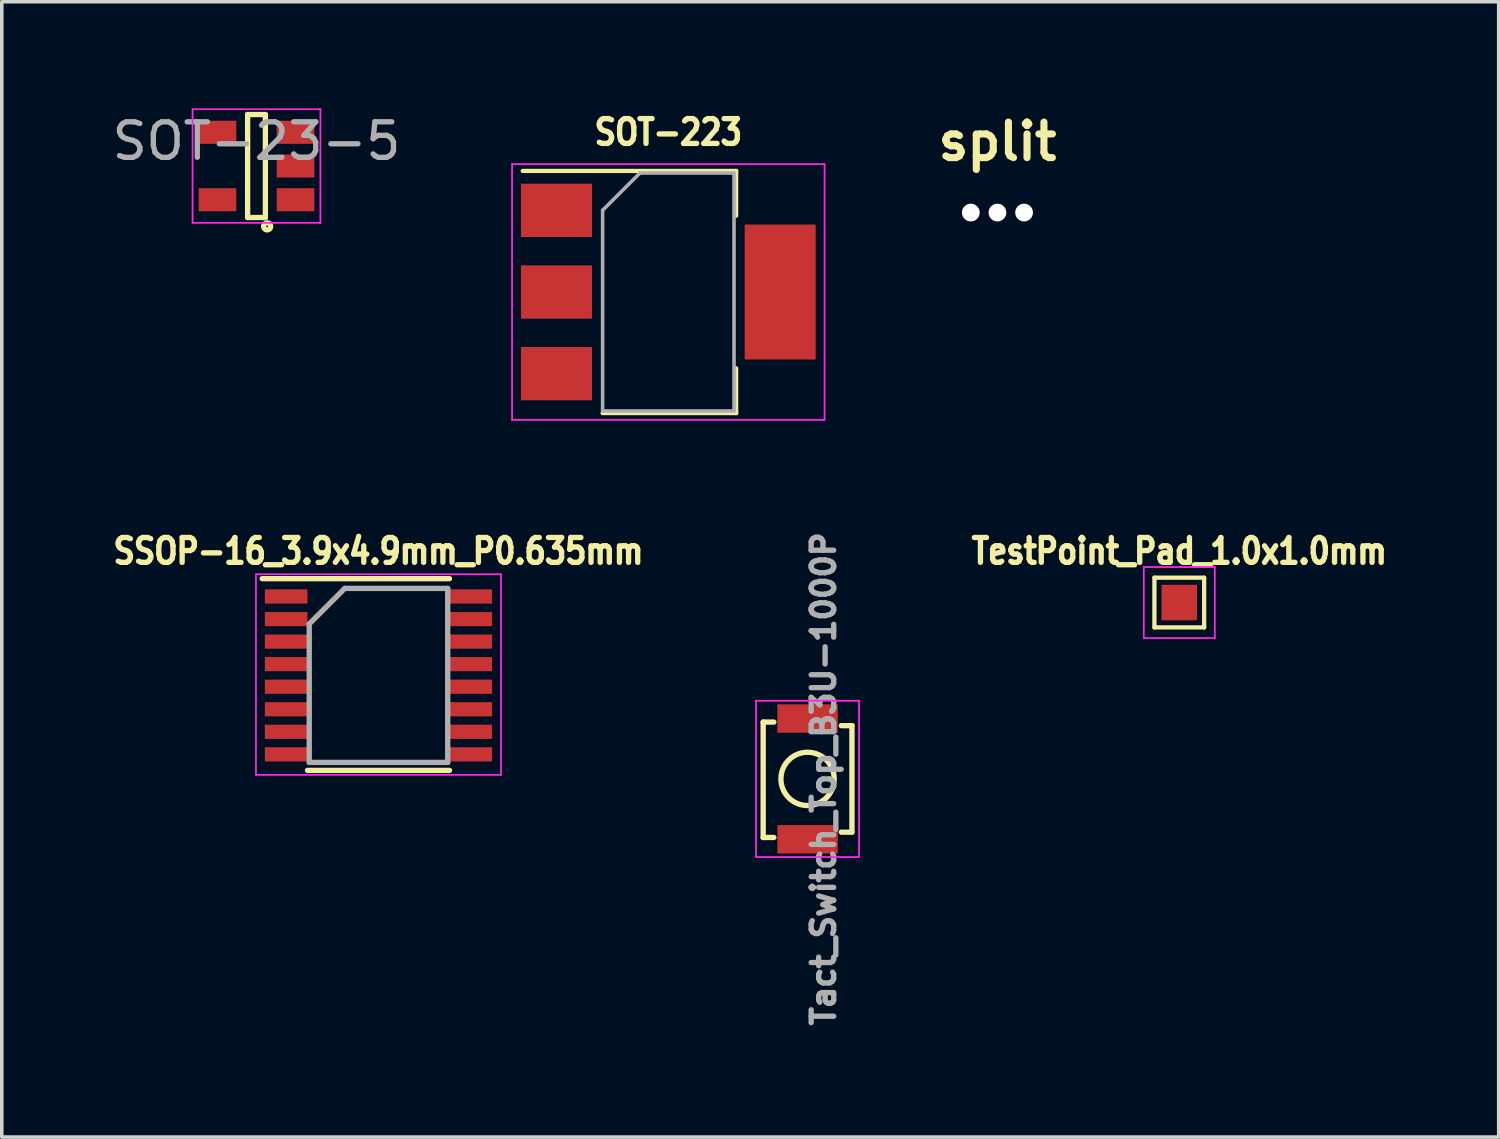
<source format=kicad_pcb>
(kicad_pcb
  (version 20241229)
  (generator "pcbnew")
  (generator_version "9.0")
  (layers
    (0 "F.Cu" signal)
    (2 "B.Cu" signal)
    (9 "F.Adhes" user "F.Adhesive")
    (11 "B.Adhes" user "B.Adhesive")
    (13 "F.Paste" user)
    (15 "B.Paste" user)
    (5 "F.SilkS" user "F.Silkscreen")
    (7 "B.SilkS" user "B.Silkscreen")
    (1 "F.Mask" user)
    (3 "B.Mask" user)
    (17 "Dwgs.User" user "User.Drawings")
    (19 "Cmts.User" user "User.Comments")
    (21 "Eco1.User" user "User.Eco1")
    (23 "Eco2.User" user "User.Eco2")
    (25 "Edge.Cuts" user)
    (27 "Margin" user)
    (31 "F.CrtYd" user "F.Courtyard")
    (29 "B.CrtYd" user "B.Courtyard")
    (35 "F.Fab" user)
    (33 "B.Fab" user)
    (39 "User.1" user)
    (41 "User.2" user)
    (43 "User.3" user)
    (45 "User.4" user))
  (footprint "split"
    (layer "F.Cu")
    (at 25.038 2.936)
    (property "Reference" "split" (at 0 -2 0) (layer "F.SilkS") (effects (font (size 1 1) (thickness 0.2))))
    (attr through_hole)
    (pad "" np_thru_hole circle (at -0.75 0) (size 0.5 0.5) (drill 0.5) (layers "*.Cu" "*.Mask"))
    (pad "" np_thru_hole circle (at 0 0) (size 0.5 0.5) (drill 0.5) (layers "*.Cu" "*.Mask"))
    (pad "" np_thru_hole circle (at 0.75 0) (size 0.5 0.5) (drill 0.5) (layers "*.Cu" "*.Mask")))
  (footprint "SSOP-16_3.9x4.9mm_P0.635mm"
    (layer "F.Cu")
    (at 7.608 15.97)
    (property "Reference" "SSOP-16_3.9x4.9mm_P0.635mm" (at 0 -3.5 0) (layer "F.SilkS") (effects (font (size 0.7 0.6) (thickness 0.15))))
    (attr smd)
    (fp_line (start -3.275 -2.725) (end 2 -2.725) (stroke (width 0.15) (type solid)) (layer "F.SilkS"))
    (fp_line (start -2 2.675) (end 2 2.675) (stroke (width 0.15) (type solid)) (layer "F.SilkS"))
    (fp_line (start -3.45 -2.85) (end -3.45 2.8) (stroke (width 0.05) (type solid)) (layer "F.CrtYd"))
    (fp_line (start -3.45 -2.85) (end 3.45 -2.85) (stroke (width 0.05) (type solid)) (layer "F.CrtYd"))
    (fp_line (start -3.45 2.8) (end 3.45 2.8) (stroke (width 0.05) (type solid)) (layer "F.CrtYd"))
    (fp_line (start 3.45 -2.85) (end 3.45 2.8) (stroke (width 0.05) (type solid)) (layer "F.CrtYd"))
    (fp_line (start -1.95 -1.45) (end -0.95 -2.45) (stroke (width 0.15) (type solid)) (layer "F.Fab"))
    (fp_line (start -1.95 2.45) (end -1.95 -1.45) (stroke (width 0.15) (type solid)) (layer "F.Fab"))
    (fp_line (start -0.95 -2.45) (end 1.95 -2.45) (stroke (width 0.15) (type solid)) (layer "F.Fab"))
    (fp_line (start 1.95 -2.45) (end 1.95 2.45) (stroke (width 0.15) (type solid)) (layer "F.Fab"))
    (fp_line (start 1.95 2.45) (end -1.95 2.45) (stroke (width 0.15) (type solid)) (layer "F.Fab"))
    (pad "1" smd rect (at -2.6 -2.223) (size 1.2 0.4) (layers "F.Cu" "F.Mask" "F.Paste"))
    (pad "2" smd rect (at -2.6 -1.587) (size 1.2 0.4) (layers "F.Cu" "F.Mask" "F.Paste"))
    (pad "3" smd rect (at -2.6 -0.953) (size 1.2 0.4) (layers "F.Cu" "F.Mask" "F.Paste"))
    (pad "4" smd rect (at -2.6 -0.318) (size 1.2 0.4) (layers "F.Cu" "F.Mask" "F.Paste"))
    (pad "5" smd rect (at -2.6 0.318) (size 1.2 0.4) (layers "F.Cu" "F.Mask" "F.Paste"))
    (pad "6" smd rect (at -2.6 0.953) (size 1.2 0.4) (layers "F.Cu" "F.Mask" "F.Paste"))
    (pad "7" smd rect (at -2.6 1.587) (size 1.2 0.4) (layers "F.Cu" "F.Mask" "F.Paste"))
    (pad "8" smd rect (at -2.6 2.223) (size 1.2 0.4) (layers "F.Cu" "F.Mask" "F.Paste"))
    (pad "9" smd rect (at 2.6 2.223) (size 1.2 0.4) (layers "F.Cu" "F.Mask" "F.Paste"))
    (pad "10" smd rect (at 2.6 1.587) (size 1.2 0.4) (layers "F.Cu" "F.Mask" "F.Paste"))
    (pad "11" smd rect (at 2.6 0.953) (size 1.2 0.4) (layers "F.Cu" "F.Mask" "F.Paste"))
    (pad "12" smd rect (at 2.6 0.318) (size 1.2 0.4) (layers "F.Cu" "F.Mask" "F.Paste"))
    (pad "13" smd rect (at 2.6 -0.318) (size 1.2 0.4) (layers "F.Cu" "F.Mask" "F.Paste"))
    (pad "14" smd rect (at 2.6 -0.953) (size 1.2 0.4) (layers "F.Cu" "F.Mask" "F.Paste"))
    (pad "15" smd rect (at 2.6 -1.587) (size 1.2 0.4) (layers "F.Cu" "F.Mask" "F.Paste"))
    (pad "16" smd rect (at 2.6 -2.223) (size 1.2 0.4) (layers "F.Cu" "F.Mask" "F.Paste")))
  (footprint "TestPoint_Pad_1.0x1.0mm"
    (layer "F.Cu")
    (at 30.159 13.918)
    (property "Reference" "TestPoint_Pad_1.0x1.0mm" (at 0 -1.448 0) (layer "F.SilkS") (effects (font (size 0.7 0.6) (thickness 0.15))))
    (attr exclude_from_pos_files exclude_from_bom)
    (fp_line (start -0.7 -0.7) (end 0.7 -0.7) (stroke (width 0.12) (type solid)) (layer "F.SilkS"))
    (fp_line (start -0.7 0.7) (end -0.7 -0.7) (stroke (width 0.12) (type solid)) (layer "F.SilkS"))
    (fp_line (start 0.7 -0.7) (end 0.7 0.7) (stroke (width 0.12) (type solid)) (layer "F.SilkS"))
    (fp_line (start 0.7 0.7) (end -0.7 0.7) (stroke (width 0.12) (type solid)) (layer "F.SilkS"))
    (fp_line (start -1 -1) (end -1 1) (stroke (width 0.05) (type solid)) (layer "F.CrtYd"))
    (fp_line (start -1 -1) (end 1 -1) (stroke (width 0.05) (type solid)) (layer "F.CrtYd"))
    (fp_line (start 1 1) (end -1 1) (stroke (width 0.05) (type solid)) (layer "F.CrtYd"))
    (fp_line (start 1 1) (end 1 -1) (stroke (width 0.05) (type solid)) (layer "F.CrtYd"))
    (pad "1" smd rect (at 0 0) (size 1 1) (layers "F.Cu" "F.Mask")))
  (footprint "SOT-223"
    (layer "F.Cu")
    (at 15.77 5.173)
    (property "Reference" "SOT-223" (at 0 -4.5 0) (layer "F.SilkS") (effects (font (size 0.7 0.6) (thickness 0.15))))
    (attr smd)
    (fp_line (start -4.1 -3.41) (end 1.91 -3.41) (stroke (width 0.12) (type solid)) (layer "F.SilkS"))
    (fp_line (start -1.85 3.41) (end 1.91 3.41) (stroke (width 0.12) (type solid)) (layer "F.SilkS"))
    (fp_line (start 1.91 -3.41) (end 1.91 -2.15) (stroke (width 0.12) (type solid)) (layer "F.SilkS"))
    (fp_line (start 1.91 3.41) (end 1.91 2.15) (stroke (width 0.12) (type solid)) (layer "F.SilkS"))
    (fp_line (start -4.4 -3.6) (end -4.4 3.6) (stroke (width 0.05) (type solid)) (layer "F.CrtYd"))
    (fp_line (start -4.4 3.6) (end 4.4 3.6) (stroke (width 0.05) (type solid)) (layer "F.CrtYd"))
    (fp_line (start 4.4 -3.6) (end -4.4 -3.6) (stroke (width 0.05) (type solid)) (layer "F.CrtYd"))
    (fp_line (start 4.4 3.6) (end 4.4 -3.6) (stroke (width 0.05) (type solid)) (layer "F.CrtYd"))
    (fp_line (start -1.85 -2.3) (end -1.85 3.35) (stroke (width 0.1) (type solid)) (layer "F.Fab"))
    (fp_line (start -1.85 -2.3) (end -0.8 -3.35) (stroke (width 0.1) (type solid)) (layer "F.Fab"))
    (fp_line (start -1.85 3.35) (end 1.85 3.35) (stroke (width 0.1) (type solid)) (layer "F.Fab"))
    (fp_line (start -0.8 -3.35) (end 1.85 -3.35) (stroke (width 0.1) (type solid)) (layer "F.Fab"))
    (fp_line (start 1.85 -3.35) (end 1.85 3.35) (stroke (width 0.1) (type solid)) (layer "F.Fab"))
    (pad "1" smd rect (at -3.15 -2.3) (size 2 1.5) (layers "F.Cu" "F.Mask" "F.Paste"))
    (pad "2" smd rect (at -3.15 0) (size 2 1.5) (layers "F.Cu" "F.Mask" "F.Paste"))
    (pad "3" smd rect (at -3.15 2.3) (size 2 1.5) (layers "F.Cu" "F.Mask" "F.Paste"))
    (pad "4" smd rect (at 3.15 0) (size 2 3.8) (layers "F.Cu" "F.Mask" "F.Paste")))
  (footprint "SOT-23-5"
    (layer "F.Cu")
    (at 4.173 1.625)
    (property "Reference" "SOT-23-5" (at 0 -0.7 0) (layer "F.Fab") (effects (font (size 1 1) (thickness 0.15))))
    (attr smd)
    (fp_line (start -0.25 -1.45) (end -0.25 1.45) (stroke (width 0.15) (type solid)) (layer "F.SilkS"))
    (fp_line (start -0.25 1.45) (end 0.25 1.45) (stroke (width 0.15) (type solid)) (layer "F.SilkS"))
    (fp_line (start 0.25 -1.45) (end -0.25 -1.45) (stroke (width 0.15) (type solid)) (layer "F.SilkS"))
    (fp_line (start 0.25 1.45) (end 0.25 -1.45) (stroke (width 0.15) (type solid)) (layer "F.SilkS"))
    (fp_circle (center 0.3 1.7) (end 0.2 1.7) (stroke (width 0.15) (type solid)) (fill no) (layer "F.SilkS"))
    (fp_line (start -1.8 -1.6) (end 1.8 -1.6) (stroke (width 0.05) (type solid)) (layer "F.CrtYd"))
    (fp_line (start -1.8 1.6) (end -1.8 -1.6) (stroke (width 0.05) (type solid)) (layer "F.CrtYd"))
    (fp_line (start 1.8 -1.6) (end 1.8 1.6) (stroke (width 0.05) (type solid)) (layer "F.CrtYd"))
    (fp_line (start 1.8 1.6) (end -1.8 1.6) (stroke (width 0.05) (type solid)) (layer "F.CrtYd"))
    (pad "1" smd rect (at 1.1 0.95 180) (size 1.06 0.65) (layers "F.Cu" "F.Mask" "F.Paste"))
    (pad "2" smd rect (at 1.1 0 180) (size 1.06 0.65) (layers "F.Cu" "F.Mask" "F.Paste"))
    (pad "3" smd rect (at 1.1 -0.95 180) (size 1.06 0.65) (layers "F.Cu" "F.Mask" "F.Paste"))
    (pad "4" smd rect (at -1.1 -0.95 180) (size 1.06 0.65) (layers "F.Cu" "F.Mask" "F.Paste"))
    (pad "5" smd rect (at -1.1 0.95 180) (size 1.06 0.65) (layers "F.Cu" "F.Mask" "F.Paste")))
  (footprint "Tact_Switch_Top_B3U-1000P"
    (layer "F.Cu")
    (at 19.691 18.884)
    (property "Reference" "Tact_Switch_Top_B3U-1000P" (at 0.45 0 90) (layer "F.Fab") (effects (font (size 0.635 0.635) (thickness 0.15))))
    (attr smd)
    (fp_line (start -1.25 -1.6) (end -1.25 1.65) (stroke (width 0.15) (type solid)) (layer "F.SilkS"))
    (fp_line (start -1.25 -1.6) (end -0.95 -1.6) (stroke (width 0.15) (type solid)) (layer "F.SilkS"))
    (fp_line (start -1.25 1.65) (end -0.95 1.65) (stroke (width 0.15) (type solid)) (layer "F.SilkS"))
    (fp_line (start 1.25 -1.5) (end 0.95 -1.5) (stroke (width 0.15) (type solid)) (layer "F.SilkS"))
    (fp_line (start 1.25 -1.5) (end 1.25 1.5) (stroke (width 0.15) (type solid)) (layer "F.SilkS"))
    (fp_line (start 1.25 1.5) (end 0.95 1.5) (stroke (width 0.15) (type solid)) (layer "F.SilkS"))
    (fp_circle (center 0 0) (end 0 0.75) (stroke (width 0.15) (type solid)) (fill no) (layer "F.SilkS"))
    (fp_line (start -1.45 -2.2) (end 1.45 -2.2) (stroke (width 0.05) (type solid)) (layer "F.CrtYd"))
    (fp_line (start -1.45 2.2) (end -1.45 -2.2) (stroke (width 0.05) (type solid)) (layer "F.CrtYd"))
    (fp_line (start 1.45 -2.2) (end 1.45 2.2) (stroke (width 0.05) (type solid)) (layer "F.CrtYd"))
    (fp_line (start 1.45 2.2) (end -1.45 2.2) (stroke (width 0.05) (type solid)) (layer "F.CrtYd"))
    (pad "1" smd rect (at 0 -1.7 270) (size 0.8 1.7) (layers "F.Cu" "F.Mask" "F.Paste"))
    (pad "2" smd rect (at 0 1.7 270) (size 0.8 1.7) (layers "F.Cu" "F.Mask" "F.Paste")))
  (gr_rect
    (start -3 -3)
    (end 39.153 28.97)
    (stroke (width 0.1) (type default))
    (fill no)
    (layer "Edge.Cuts")))
</source>
